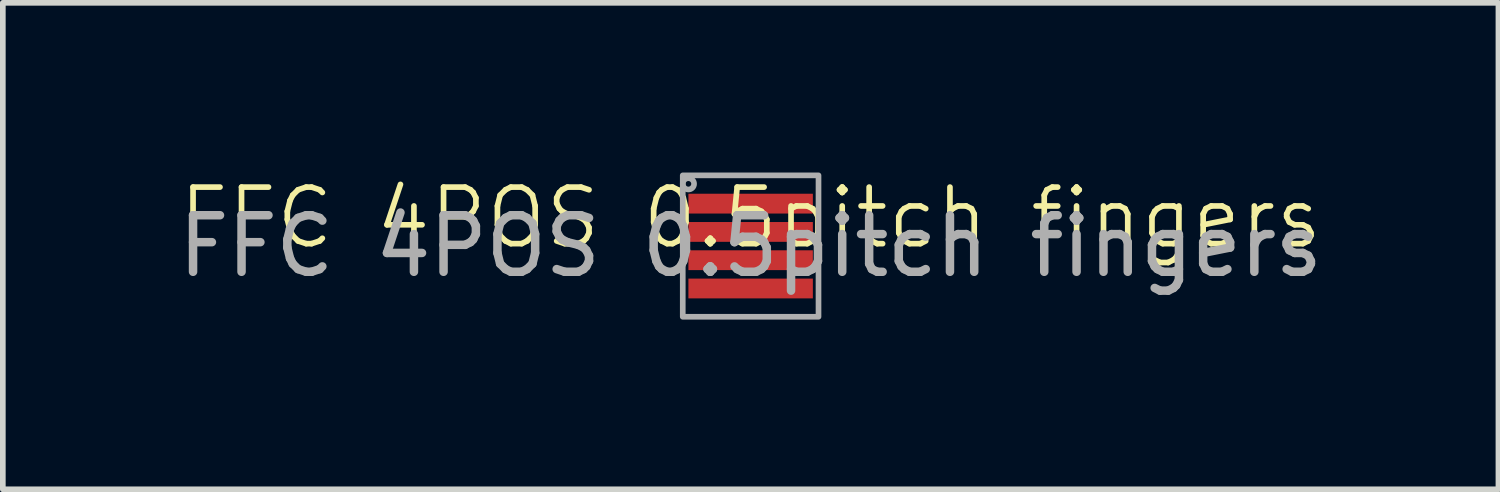
<source format=kicad_pcb>
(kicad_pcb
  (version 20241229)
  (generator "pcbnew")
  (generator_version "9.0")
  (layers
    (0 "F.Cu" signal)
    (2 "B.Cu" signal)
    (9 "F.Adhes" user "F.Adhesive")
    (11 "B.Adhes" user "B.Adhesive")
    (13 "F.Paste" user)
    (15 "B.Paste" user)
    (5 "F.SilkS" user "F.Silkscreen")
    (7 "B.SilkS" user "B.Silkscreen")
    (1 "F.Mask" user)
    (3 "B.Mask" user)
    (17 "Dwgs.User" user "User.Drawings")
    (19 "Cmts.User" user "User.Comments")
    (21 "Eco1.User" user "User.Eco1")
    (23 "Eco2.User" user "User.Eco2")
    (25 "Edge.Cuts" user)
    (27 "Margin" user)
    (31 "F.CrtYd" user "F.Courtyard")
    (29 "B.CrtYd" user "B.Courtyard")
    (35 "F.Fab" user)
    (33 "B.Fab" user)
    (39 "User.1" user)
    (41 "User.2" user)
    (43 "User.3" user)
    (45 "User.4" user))
  (footprint "FFC 4POS 0.5pitch fingers"
    (layer "F.Cu")
    (at 10.22 1.3)
    (property "Reference" "FFC 4POS 0.5pitch fingers" (at 0 -0.5 0) (unlocked yes) (layer "F.SilkS") (effects (font (size 1 1) (thickness 0.1))))
    (attr smd exclude_from_pos_files exclude_from_bom)
    (fp_rect (start -1.2 -1.25) (end 1.2 1.25) (stroke (width 0.1) (type default)) (fill no) (layer "F.Fab"))
    (fp_circle (center -1.1 -1.1) (end -1.2 -1.1) (stroke (width 0.1) (type default)) (fill no) (layer "F.Fab"))
    (fp_text user "${REFERENCE}" (at 0 0 0) (unlocked yes) (layer "F.Fab") (effects (font (size 1 1) (thickness 0.15))))
    (pad "1" smd rect (at 0 -0.75) (size 2.2 0.35) (layers "F.Cu" "F.Mask"))
    (pad "2" smd rect (at 0 -0.25) (size 2.2 0.35) (layers "F.Cu" "F.Mask"))
    (pad "3" smd rect (at 0 0.25) (size 2.2 0.35) (layers "F.Cu" "F.Mask"))
    (pad "4" smd rect (at 0 0.75) (size 2.2 0.35) (layers "F.Cu" "F.Mask")))
  (gr_rect
    (start -3 -3)
    (end 23.44 5.6)
    (stroke (width 0.1) (type default))
    (fill no)
    (layer "Edge.Cuts")))
</source>
